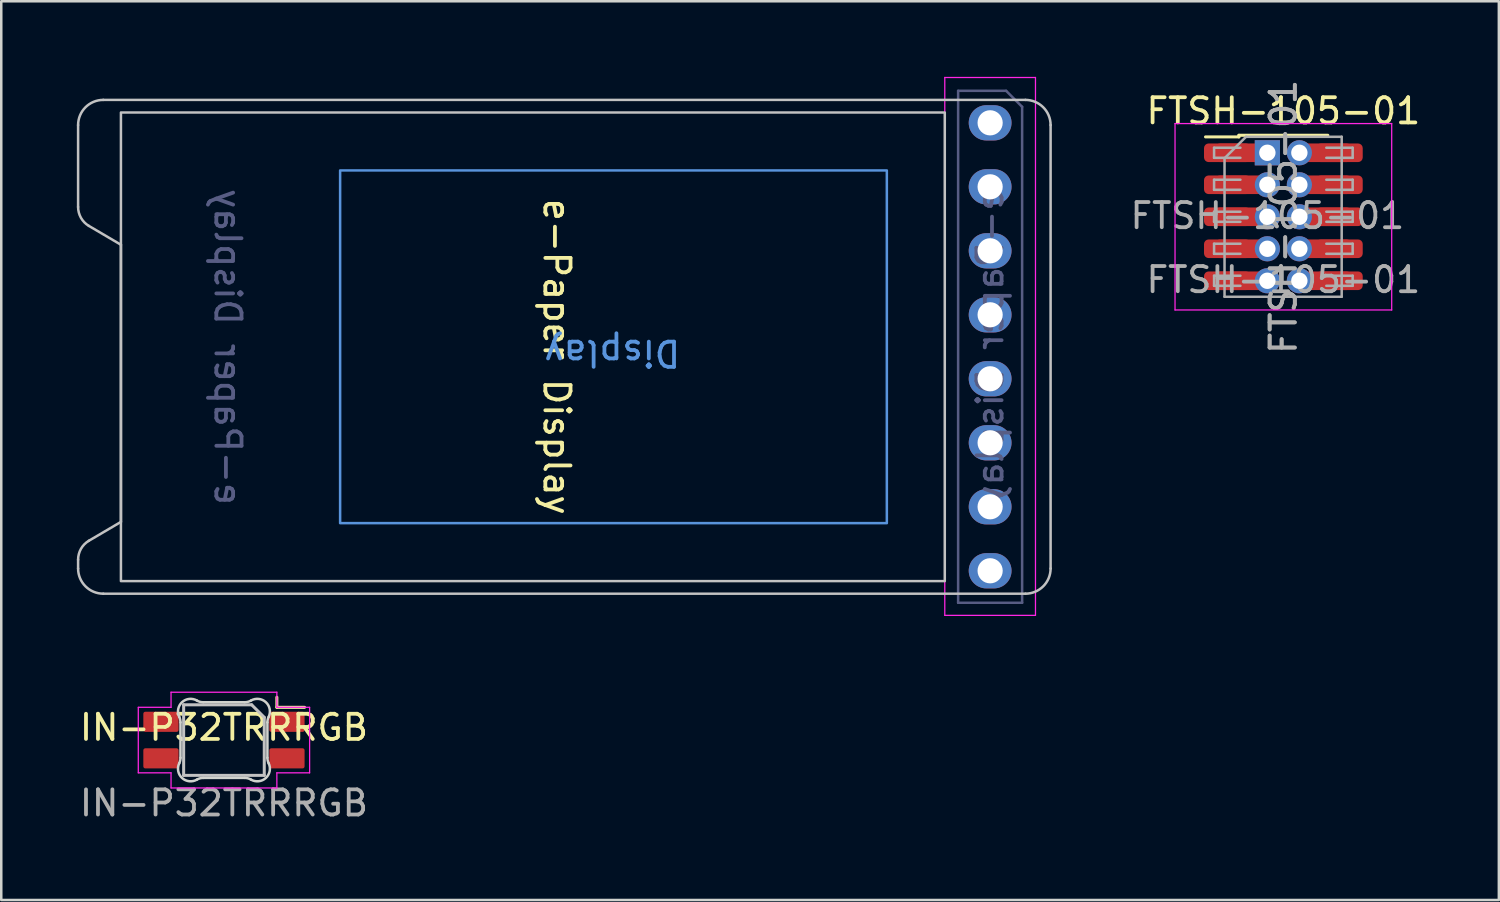
<source format=kicad_pcb>
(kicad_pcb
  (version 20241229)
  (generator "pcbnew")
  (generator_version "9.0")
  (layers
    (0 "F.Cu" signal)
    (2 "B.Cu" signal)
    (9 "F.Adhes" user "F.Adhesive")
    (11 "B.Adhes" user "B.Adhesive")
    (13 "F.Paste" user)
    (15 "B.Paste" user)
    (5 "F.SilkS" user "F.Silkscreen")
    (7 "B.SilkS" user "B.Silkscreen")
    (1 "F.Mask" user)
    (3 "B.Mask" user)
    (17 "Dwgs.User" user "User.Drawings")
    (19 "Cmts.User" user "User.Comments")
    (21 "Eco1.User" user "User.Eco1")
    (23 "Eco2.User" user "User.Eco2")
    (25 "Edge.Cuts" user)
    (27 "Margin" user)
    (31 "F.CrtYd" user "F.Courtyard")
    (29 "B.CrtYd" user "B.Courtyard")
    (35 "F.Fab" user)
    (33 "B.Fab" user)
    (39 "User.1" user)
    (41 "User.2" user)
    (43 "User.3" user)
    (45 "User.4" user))
  (footprint "e-Paper Display"
    (layer "F.Cu")
    (at 36.25 1.825)
    (property "Reference" "e-Paper Display" (at -17.2 9.29 270) (unlocked yes) (layer "F.SilkS") (effects (font (size 1 1) (thickness 0.15))))
    (attr smd)
    (fp_line (start -36.2 0.09) (end -36.2 3.34) (stroke (width 0.1) (type solid)) (layer "Dwgs.User"))
    (fp_line (start -36.2 17.69) (end -36.2 17.34) (stroke (width 0.1) (type solid)) (layer "Dwgs.User"))
    (fp_line (start -35.2 -0.91) (end 1.4 -0.91) (stroke (width 0.1) (type solid)) (layer "Dwgs.User"))
    (fp_line (start -34.5 4.84) (end -35.775 4.09) (stroke (width 0.1) (type solid)) (layer "Dwgs.User"))
    (fp_line (start -34.5 4.84) (end -34.5 15.84) (stroke (width 0.1) (type solid)) (layer "Dwgs.User"))
    (fp_line (start -34.5 15.84) (end -35.775 16.59) (stroke (width 0.1) (type solid)) (layer "Dwgs.User"))
    (fp_line (start 1.4 18.69) (end -35.2 18.69) (stroke (width 0.1) (type solid)) (layer "Dwgs.User"))
    (fp_line (start 2.4 0.09) (end 2.4 17.69) (stroke (width 0.1) (type solid)) (layer "Dwgs.User"))
    (fp_arc (start -36.2 0.09) (mid -35.907107 -0.617107) (end -35.2 -0.91) (stroke (width 0.1) (type solid)) (layer "Dwgs.User"))
    (fp_arc (start -36.2 17.34) (mid -36.086404 16.908954) (end -35.775 16.59) (stroke (width 0.1) (type solid)) (layer "Dwgs.User"))
    (fp_arc (start -35.775 4.09) (mid -36.086404 3.771046) (end -36.2 3.34) (stroke (width 0.1) (type solid)) (layer "Dwgs.User"))
    (fp_arc (start -35.2 18.69) (mid -35.907107 18.397107) (end -36.2 17.69) (stroke (width 0.1) (type solid)) (layer "Dwgs.User"))
    (fp_arc (start 1.4 -0.91) (mid 2.107107 -0.617107) (end 2.4 0.09) (stroke (width 0.1) (type solid)) (layer "Dwgs.User"))
    (fp_arc (start 2.4 17.69) (mid 2.107107 18.397107) (end 1.4 18.69) (stroke (width 0.1) (type solid)) (layer "Dwgs.User"))
    (fp_poly (pts (xy -34.5 -0.41) (xy -1.8 -0.41) (xy -1.8 18.19) (xy -34.5 18.19)) (stroke (width 0.1) (type solid)) (fill no) (layer "Dwgs.User"))
    (fp_rect (start -25.8 15.89) (end -4.1 1.89) (stroke (width 0.1) (type solid)) (fill no) (layer "Cmts.User"))
    (fp_line (start -1.8 -1.8) (end 1.8 -1.8) (stroke (width 0.05) (type solid)) (layer "F.CrtYd"))
    (fp_line (start -1.8 19.55) (end -1.8 -1.8) (stroke (width 0.05) (type solid)) (layer "F.CrtYd"))
    (fp_line (start 1.8 -1.8) (end 1.8 19.55) (stroke (width 0.05) (type solid)) (layer "F.CrtYd"))
    (fp_line (start 1.8 19.55) (end -1.8 19.55) (stroke (width 0.05) (type solid)) (layer "F.CrtYd"))
    (fp_line (start -1.27 -1.27) (end -1.27 19.05) (stroke (width 0.1) (type solid)) (layer "B.Fab"))
    (fp_line (start -1.27 19.05) (end 1.27 19.05) (stroke (width 0.1) (type solid)) (layer "B.Fab"))
    (fp_line (start 0.635 -1.27) (end -1.27 -1.27) (stroke (width 0.1) (type solid)) (layer "B.Fab"))
    (fp_line (start 1.27 -0.635) (end 0.635 -1.27) (stroke (width 0.1) (type solid)) (layer "B.Fab"))
    (fp_line (start 1.27 19.05) (end 1.27 -0.635) (stroke (width 0.1) (type solid)) (layer "B.Fab"))
    (fp_text user "Display" (at -15 9.14 180) (unlocked yes) (layer "Cmts.User") (effects (font (size 1 1) (thickness 0.15))))
    (fp_text user "${REFERENCE}" (at 0 8.89 90) (layer "B.Fab") (effects (font (size 1 1) (thickness 0.15)) (justify mirror)))
    (fp_text user "${REFERENCE}" (at -30.259 8.89 270) (unlocked yes) (layer "B.Fab") (effects (font (size 1 1) (thickness 0.15)) (justify mirror)))
    (pad "1" thru_hole oval (at 0 0 180) (size 1.7 1.4) (drill 1) (layers "*.Cu" "*.Mask"))
    (pad "2" thru_hole oval (at 0 2.54 180) (size 1.7 1.4) (drill 1) (layers "*.Cu" "*.Mask"))
    (pad "3" thru_hole oval (at 0 5.08 180) (size 1.7 1.4) (drill 1) (layers "*.Cu" "*.Mask"))
    (pad "4" thru_hole oval (at 0 7.62 180) (size 1.7 1.4) (drill 1) (layers "*.Cu" "*.Mask"))
    (pad "5" thru_hole oval (at 0 10.16 180) (size 1.7 1.4) (drill 1) (layers "*.Cu" "*.Mask"))
    (pad "6" thru_hole oval (at 0 12.7 180) (size 1.7 1.4) (drill 1) (layers "*.Cu" "*.Mask"))
    (pad "7" thru_hole oval (at 0 15.24 180) (size 1.7 1.4) (drill 1) (layers "*.Cu" "*.Mask"))
    (pad "8" thru_hole oval (at 0 17.78 180) (size 1.7 1.4) (drill 1) (layers "*.Cu" "*.Mask")))
  (footprint "IN-P32TRRRGB"
    (layer "F.Cu")
    (at 5.839 26.325)
    (property "Reference" "IN-P32TRRRGB" (at 0 -0.5 0) (unlocked yes) (layer "F.SilkS") (effects (font (size 1 1) (thickness 0.15))))
    (attr smd)
    (fp_line (start 2.1 -1.3) (end 2.1 -1.7) (stroke (width 0.12) (type solid)) (layer "F.SilkS"))
    (fp_line (start 3.2 -1.3) (end 2.1 -1.3) (stroke (width 0.12) (type solid)) (layer "F.SilkS"))
    (fp_line (start -1.6 -1.4) (end 1.1 -1.4) (stroke (width 0.12) (type solid)) (layer "Dwgs.User"))
    (fp_line (start -1.6 1.4) (end -1.6 -1.4) (stroke (width 0.12) (type solid)) (layer "Dwgs.User"))
    (fp_line (start 1.6 -0.9) (end 1.1 -1.4) (stroke (width 0.12) (type solid)) (layer "Dwgs.User"))
    (fp_line (start 1.6 -0.9) (end 1.6 1.4) (stroke (width 0.12) (type solid)) (layer "Dwgs.User"))
    (fp_line (start 1.6 1.4) (end -1.6 1.4) (stroke (width 0.12) (type solid)) (layer "Dwgs.User"))
    (fp_line (start -1.725 -0.703) (end -1.725 0.703) (stroke (width 0.1) (type solid)) (layer "Edge.Cuts"))
    (fp_line (start -0.819 1.5) (end 0.819 1.5) (stroke (width 0.1) (type solid)) (layer "Edge.Cuts"))
    (fp_line (start 0.819 -1.5) (end -0.819 -1.5) (stroke (width 0.1) (type solid)) (layer "Edge.Cuts"))
    (fp_line (start 1.725 0.703) (end 1.725 -0.703) (stroke (width 0.1) (type solid)) (layer "Edge.Cuts"))
    (fp_arc (start -1.774484 -0.91972) (mid -1.737528 -0.814068) (end -1.724999 -0.702843) (stroke (width 0.1) (type solid)) (layer "Edge.Cuts"))
    (fp_arc (start -1.774484 -0.91972) (mid -1.663071 -1.504035) (end -1.071711 -1.568298) (stroke (width 0.1) (type solid)) (layer "Edge.Cuts"))
    (fp_arc (start -1.724999 0.702842) (mid -1.737519 0.81407) (end -1.774484 0.91972) (stroke (width 0.1) (type solid)) (layer "Edge.Cuts"))
    (fp_arc (start -1.071711 1.568299) (mid -1.663072 1.504035) (end -1.774484 0.919719) (stroke (width 0.1) (type solid)) (layer "Edge.Cuts"))
    (fp_arc (start -1.071711 1.568299) (mid -0.950123 1.517377) (end -0.819452 1.5) (stroke (width 0.1) (type solid)) (layer "Edge.Cuts"))
    (fp_arc (start -0.819453 -1.499999) (mid -0.950123 -1.517376) (end -1.071711 -1.568298) (stroke (width 0.1) (type solid)) (layer "Edge.Cuts"))
    (fp_arc (start 0.819452 1.5) (mid 0.950122 1.517377) (end 1.07171 1.568299) (stroke (width 0.1) (type solid)) (layer "Edge.Cuts"))
    (fp_arc (start 1.071711 -1.568299) (mid 0.950123 -1.517377) (end 0.819453 -1.5) (stroke (width 0.1) (type solid)) (layer "Edge.Cuts"))
    (fp_arc (start 1.071711 -1.568299) (mid 1.663056 -1.504021) (end 1.774484 -0.91972) (stroke (width 0.1) (type solid)) (layer "Edge.Cuts"))
    (fp_arc (start 1.724999 -0.702842) (mid 1.737528 -0.814068) (end 1.774484 -0.91972) (stroke (width 0.1) (type solid)) (layer "Edge.Cuts"))
    (fp_arc (start 1.774484 0.91972) (mid 1.66307 1.504034) (end 1.071711 1.568297) (stroke (width 0.1) (type solid)) (layer "Edge.Cuts"))
    (fp_arc (start 1.774484 0.91972) (mid 1.737519 0.814069) (end 1.724999 0.702843) (stroke (width 0.1) (type solid)) (layer "Edge.Cuts"))
    (fp_line (start -3.4 -1.3) (end -2.1 -1.3) (stroke (width 0.05) (type solid)) (layer "F.CrtYd"))
    (fp_line (start -3.4 1.3) (end -3.4 -1.3) (stroke (width 0.05) (type solid)) (layer "F.CrtYd"))
    (fp_line (start -3.4 1.3) (end -2.1 1.3) (stroke (width 0.05) (type solid)) (layer "F.CrtYd"))
    (fp_line (start -2.1 -1.9) (end 2.1 -1.9) (stroke (width 0.05) (type solid)) (layer "F.CrtYd"))
    (fp_line (start -2.1 -1.3) (end -2.1 -1.9) (stroke (width 0.05) (type solid)) (layer "F.CrtYd"))
    (fp_line (start -2.1 1.3) (end -2.1 1.9) (stroke (width 0.05) (type solid)) (layer "F.CrtYd"))
    (fp_line (start 2.1 -1.3) (end 2.1 -1.9) (stroke (width 0.05) (type solid)) (layer "F.CrtYd"))
    (fp_line (start 2.1 1.3) (end 2.1 1.9) (stroke (width 0.05) (type solid)) (layer "F.CrtYd"))
    (fp_line (start 2.1 1.9) (end -2.1 1.9) (stroke (width 0.05) (type solid)) (layer "F.CrtYd"))
    (fp_line (start 3.4 -1.3) (end 2.1 -1.3) (stroke (width 0.05) (type solid)) (layer "F.CrtYd"))
    (fp_line (start 3.4 -1.3) (end 3.4 1.3) (stroke (width 0.05) (type solid)) (layer "F.CrtYd"))
    (fp_line (start 3.4 1.3) (end 2.1 1.3) (stroke (width 0.05) (type solid)) (layer "F.CrtYd"))
    (fp_text user "${REFERENCE}" (at 0 2.5 0) (unlocked yes) (layer "F.Fab") (effects (font (size 1 1) (thickness 0.15))))
    (pad "1" smd roundrect (at 2.5 -0.725 90) (size 0.8 1.4) (layers "F.Cu" "F.Mask" "F.Paste") (roundrect_rratio 0.1))
    (pad "2" smd roundrect (at -2.5 -0.725 90) (size 0.8 1.4) (layers "F.Cu" "F.Mask" "F.Paste") (roundrect_rratio 0.1))
    (pad "3" smd roundrect (at -2.5 0.725 90) (size 0.8 1.4) (layers "F.Cu" "F.Mask" "F.Paste") (roundrect_rratio 0.1))
    (pad "4" smd roundrect (at 2.5 0.725 90) (size 0.8 1.4) (layers "F.Cu" "F.Mask" "F.Paste") (roundrect_rratio 0.1)))
  (footprint "FTSH-105-01"
    (layer "F.Cu")
    (at 47.889 5.554)
    (property "Reference" "FTSH-105-01" (at 0 -4.2 0) (unlocked yes) (layer "F.SilkS") (effects (font (size 1 1) (thickness 0.15))))
    (attr smd)
    (fp_line (start -3.09 -3.17) (end -1.765 -3.17) (stroke (width 0.12) (type solid)) (layer "F.SilkS"))
    (fp_line (start -1.765 -3.235) (end -1.765 -3.17) (stroke (width 0.12) (type solid)) (layer "F.SilkS"))
    (fp_line (start -1.765 -3.235) (end 1.765 -3.235) (stroke (width 0.12) (type solid)) (layer "F.SilkS"))
    (fp_line (start -4.3 -3.7) (end -4.3 3.7) (stroke (width 0.05) (type solid)) (layer "F.CrtYd"))
    (fp_line (start -4.3 3.7) (end 4.3 3.7) (stroke (width 0.05) (type solid)) (layer "F.CrtYd"))
    (fp_line (start 4.3 -3.7) (end -4.3 -3.7) (stroke (width 0.05) (type solid)) (layer "F.CrtYd"))
    (fp_line (start 4.3 3.7) (end 4.3 -3.7) (stroke (width 0.05) (type solid)) (layer "F.CrtYd"))
    (fp_line (start -2.75 -2.74) (end -2.75 -2.34) (stroke (width 0.1) (type solid)) (layer "F.Fab"))
    (fp_line (start -2.75 -2.34) (end -1.705 -2.34) (stroke (width 0.1) (type solid)) (layer "F.Fab"))
    (fp_line (start -2.75 -1.47) (end -2.75 -1.07) (stroke (width 0.1) (type solid)) (layer "F.Fab"))
    (fp_line (start -2.75 -1.07) (end -1.705 -1.07) (stroke (width 0.1) (type solid)) (layer "F.Fab"))
    (fp_line (start -2.75 -0.2) (end -2.75 0.2) (stroke (width 0.1) (type solid)) (layer "F.Fab"))
    (fp_line (start -2.75 0.2) (end -1.705 0.2) (stroke (width 0.1) (type solid)) (layer "F.Fab"))
    (fp_line (start -2.75 1.07) (end -2.75 1.47) (stroke (width 0.1) (type solid)) (layer "F.Fab"))
    (fp_line (start -2.75 1.47) (end -1.705 1.47) (stroke (width 0.1) (type solid)) (layer "F.Fab"))
    (fp_line (start -2.75 2.34) (end -2.75 2.74) (stroke (width 0.1) (type solid)) (layer "F.Fab"))
    (fp_line (start -2.75 2.74) (end -1.705 2.74) (stroke (width 0.1) (type solid)) (layer "F.Fab"))
    (fp_line (start -2.335 -2.322) (end -1.482 -3.175) (stroke (width 0.1) (type solid)) (layer "F.Fab"))
    (fp_line (start -2.335 3.175) (end -2.335 -2.322) (stroke (width 0.1) (type solid)) (layer "F.Fab"))
    (fp_line (start -1.705 -2.74) (end -2.75 -2.74) (stroke (width 0.1) (type solid)) (layer "F.Fab"))
    (fp_line (start -1.705 -1.47) (end -2.75 -1.47) (stroke (width 0.1) (type solid)) (layer "F.Fab"))
    (fp_line (start -1.705 -0.2) (end -2.75 -0.2) (stroke (width 0.1) (type solid)) (layer "F.Fab"))
    (fp_line (start -1.705 1.07) (end -2.75 1.07) (stroke (width 0.1) (type solid)) (layer "F.Fab"))
    (fp_line (start -1.705 2.34) (end -2.75 2.34) (stroke (width 0.1) (type solid)) (layer "F.Fab"))
    (fp_line (start -1.482 -3.175) (end 2.315 -3.175) (stroke (width 0.1) (type solid)) (layer "F.Fab"))
    (fp_line (start 1.705 -2.74) (end 2.75 -2.74) (stroke (width 0.1) (type solid)) (layer "F.Fab"))
    (fp_line (start 1.705 -1.47) (end 2.75 -1.47) (stroke (width 0.1) (type solid)) (layer "F.Fab"))
    (fp_line (start 1.705 -0.2) (end 2.75 -0.2) (stroke (width 0.1) (type solid)) (layer "F.Fab"))
    (fp_line (start 1.705 1.07) (end 2.75 1.07) (stroke (width 0.1) (type solid)) (layer "F.Fab"))
    (fp_line (start 1.705 2.34) (end 2.75 2.34) (stroke (width 0.1) (type solid)) (layer "F.Fab"))
    (fp_line (start 2.315 -3.175) (end 2.315 3.175) (stroke (width 0.1) (type solid)) (layer "F.Fab"))
    (fp_line (start 2.315 3.175) (end -2.335 3.175) (stroke (width 0.1) (type solid)) (layer "F.Fab"))
    (fp_line (start 2.75 -2.74) (end 2.75 -2.34) (stroke (width 0.1) (type solid)) (layer "F.Fab"))
    (fp_line (start 2.75 -2.34) (end 1.705 -2.34) (stroke (width 0.1) (type solid)) (layer "F.Fab"))
    (fp_line (start 2.75 -1.47) (end 2.75 -1.07) (stroke (width 0.1) (type solid)) (layer "F.Fab"))
    (fp_line (start 2.75 -1.07) (end 1.705 -1.07) (stroke (width 0.1) (type solid)) (layer "F.Fab"))
    (fp_line (start 2.75 -0.2) (end 2.75 0.2) (stroke (width 0.1) (type solid)) (layer "F.Fab"))
    (fp_line (start 2.75 0.2) (end 1.705 0.2) (stroke (width 0.1) (type solid)) (layer "F.Fab"))
    (fp_line (start 2.75 1.07) (end 2.75 1.47) (stroke (width 0.1) (type solid)) (layer "F.Fab"))
    (fp_line (start 2.75 1.47) (end 1.705 1.47) (stroke (width 0.1) (type solid)) (layer "F.Fab"))
    (fp_line (start 2.75 2.34) (end 2.75 2.74) (stroke (width 0.1) (type solid)) (layer "F.Fab"))
    (fp_line (start 2.75 2.74) (end 1.705 2.74) (stroke (width 0.1) (type solid)) (layer "F.Fab"))
    (fp_text user "${REFERENCE}" (at 0 2.5 0) (unlocked yes) (layer "F.Fab") (effects (font (size 1 1) (thickness 0.15))))
    (fp_text user "${REFERENCE}" (at 0 0 90) (layer "F.Fab") (effects (font (size 1 1) (thickness 0.15))))
    (fp_text user "${REFERENCE}" (at 0 0 90) (layer "F.Fab") (effects (font (size 1 1) (thickness 0.15))))
    (fp_text user "${REFERENCE}" (at -0.635 -0.04 0) (unlocked yes) (layer "F.Fab") (effects (font (size 1 1) (thickness 0.15))))
    (pad "1" smd roundrect (at -2.225 -2.54) (size 1.85 0.74) (layers "F.Cu" "F.Mask" "F.Paste") (roundrect_rratio 0.25))
    (pad "1" smd roundrect (at -1.75 -2.54) (size 1.9 0.74) (layers "F.Cu") (roundrect_rratio 0.25))
    (pad "1" thru_hole rect (at -0.635 -2.54) (size 1 1) (drill 0.65) (layers "*.Cu" "*.Mask"))
    (pad "2" thru_hole oval (at 0.635 -2.54) (size 1 1) (drill 0.65) (layers "*.Cu" "*.Mask"))
    (pad "2" smd roundrect (at 1.75 -2.54) (size 1.9 0.74) (layers "F.Cu") (roundrect_rratio 0.25))
    (pad "2" smd roundrect (at 2.225 -2.54) (size 1.85 0.74) (layers "F.Cu" "F.Mask" "F.Paste") (roundrect_rratio 0.25))
    (pad "3" smd roundrect (at -2.225 -1.27) (size 1.85 0.74) (layers "F.Cu" "F.Mask" "F.Paste") (roundrect_rratio 0.25))
    (pad "3" smd roundrect (at -1.75 -1.27) (size 1.9 0.74) (layers "F.Cu") (roundrect_rratio 0.25))
    (pad "3" thru_hole oval (at -0.635 -1.27) (size 1 1) (drill 0.65) (layers "*.Cu" "*.Mask"))
    (pad "4" thru_hole oval (at 0.635 -1.27) (size 1 1) (drill 0.65) (layers "*.Cu" "*.Mask"))
    (pad "4" smd roundrect (at 1.75 -1.27) (size 1.9 0.74) (layers "F.Cu") (roundrect_rratio 0.25))
    (pad "4" smd roundrect (at 2.225 -1.27) (size 1.85 0.74) (layers "F.Cu" "F.Mask" "F.Paste") (roundrect_rratio 0.25))
    (pad "5" smd roundrect (at -2.225 0) (size 1.85 0.74) (layers "F.Cu" "F.Mask" "F.Paste") (roundrect_rratio 0.25))
    (pad "5" smd roundrect (at -1.75 0) (size 1.9 0.74) (layers "F.Cu") (roundrect_rratio 0.25))
    (pad "5" thru_hole oval (at -0.635 0) (size 1 1) (drill 0.65) (layers "*.Cu" "*.Mask"))
    (pad "6" thru_hole oval (at 0.635 0) (size 1 1) (drill 0.65) (layers "*.Cu" "*.Mask"))
    (pad "6" smd roundrect (at 1.75 0) (size 1.9 0.74) (layers "F.Cu") (roundrect_rratio 0.25))
    (pad "6" smd roundrect (at 2.225 0) (size 1.85 0.74) (layers "F.Cu" "F.Mask" "F.Paste") (roundrect_rratio 0.25))
    (pad "7" smd roundrect (at -2.225 1.27) (size 1.85 0.74) (layers "F.Cu" "F.Mask" "F.Paste") (roundrect_rratio 0.25))
    (pad "7" smd roundrect (at -1.75 1.27) (size 1.9 0.74) (layers "F.Cu") (roundrect_rratio 0.25))
    (pad "7" thru_hole oval (at -0.635 1.27) (size 1 1) (drill 0.65) (layers "*.Cu" "*.Mask"))
    (pad "8" thru_hole oval (at 0.635 1.27) (size 1 1) (drill 0.65) (layers "*.Cu" "*.Mask"))
    (pad "8" smd roundrect (at 1.75 1.27) (size 1.9 0.74) (layers "F.Cu") (roundrect_rratio 0.25))
    (pad "8" smd roundrect (at 2.225 1.27) (size 1.85 0.74) (layers "F.Cu" "F.Mask" "F.Paste") (roundrect_rratio 0.25))
    (pad "9" smd roundrect (at -2.225 2.54) (size 1.85 0.74) (layers "F.Cu" "F.Mask" "F.Paste") (roundrect_rratio 0.25))
    (pad "9" smd roundrect (at -1.75 2.54) (size 1.9 0.74) (layers "F.Cu") (roundrect_rratio 0.25))
    (pad "9" thru_hole oval (at -0.635 2.54) (size 1 1) (drill 0.65) (layers "*.Cu" "*.Mask"))
    (pad "10" thru_hole oval (at 0.635 2.54) (size 1 1) (drill 0.65) (layers "*.Cu" "*.Mask"))
    (pad "10" smd roundrect (at 1.75 2.54) (size 1.9 0.74) (layers "F.Cu") (roundrect_rratio 0.25))
    (pad "10" smd roundrect (at 2.225 2.54) (size 1.85 0.74) (layers "F.Cu" "F.Mask" "F.Paste") (roundrect_rratio 0.25)))
  (gr_rect
    (start -3 -3)
    (end 56.442 32.673)
    (stroke (width 0.1) (type default))
    (fill no)
    (layer "Edge.Cuts")))
</source>
